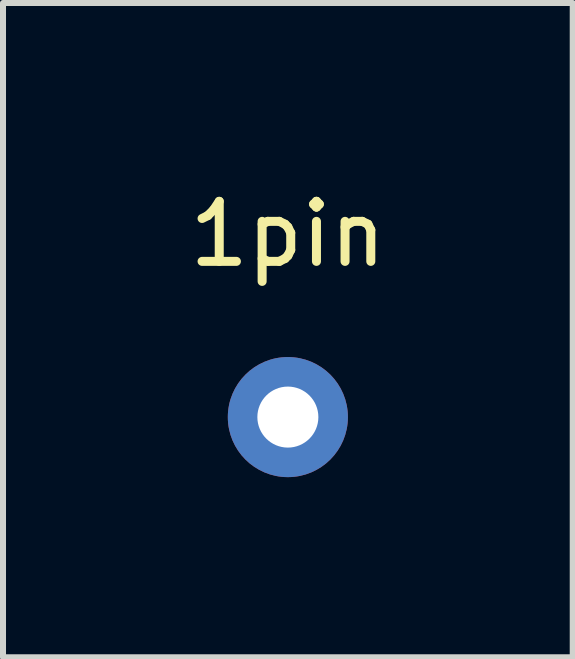
<source format=kicad_pcb>
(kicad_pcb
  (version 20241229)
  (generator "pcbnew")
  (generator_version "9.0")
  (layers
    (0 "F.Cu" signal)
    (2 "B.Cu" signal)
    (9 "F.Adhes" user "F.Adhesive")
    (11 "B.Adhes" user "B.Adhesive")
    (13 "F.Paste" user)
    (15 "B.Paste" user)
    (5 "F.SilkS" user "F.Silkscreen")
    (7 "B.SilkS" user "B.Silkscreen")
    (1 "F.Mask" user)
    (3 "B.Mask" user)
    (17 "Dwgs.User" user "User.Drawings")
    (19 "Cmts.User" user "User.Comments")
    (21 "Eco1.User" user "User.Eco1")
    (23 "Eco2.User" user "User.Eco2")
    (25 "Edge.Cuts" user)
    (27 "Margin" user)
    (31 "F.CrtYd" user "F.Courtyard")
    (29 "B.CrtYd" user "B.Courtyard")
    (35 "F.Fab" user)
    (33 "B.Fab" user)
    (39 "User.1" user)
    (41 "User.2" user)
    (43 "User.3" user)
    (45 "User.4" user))
  (footprint "1pin"
    (layer "F.Cu")
    (at 1.744 3.896)
    (property "Reference" "1pin" (at 0 -3.048 0) (layer "F.SilkS") (effects (font (size 1 1) (thickness 0.15))))
    (attr through_hole)
    (pad "1" thru_hole circle (at 0 0) (size 2 2) (drill 1.016) (layers "*.Cu" "*.Mask")))
  (gr_rect
    (start -3 -3)
    (end 6.488 7.896)
    (stroke (width 0.1) (type default))
    (fill no)
    (layer "Edge.Cuts")))
</source>
